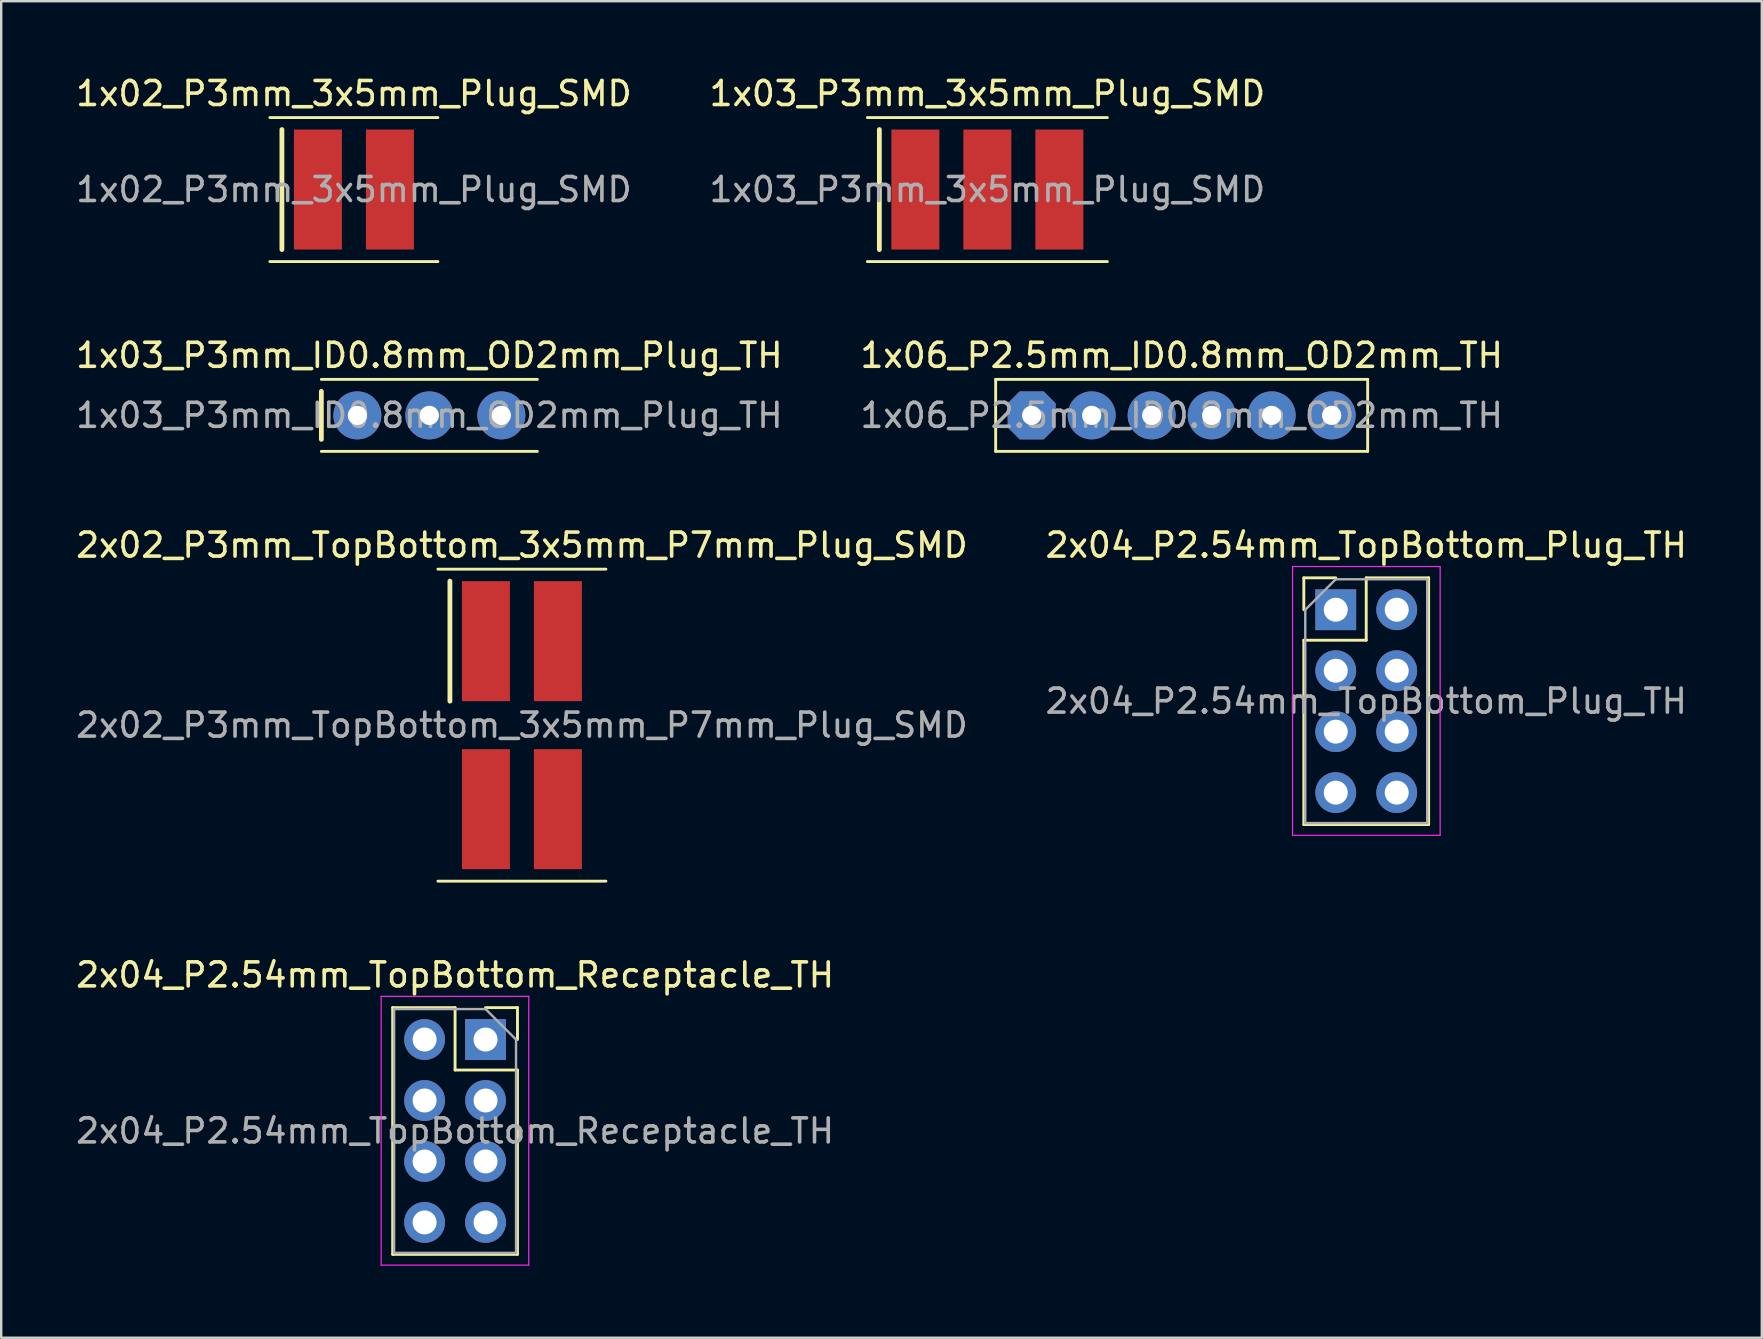
<source format=kicad_pcb>
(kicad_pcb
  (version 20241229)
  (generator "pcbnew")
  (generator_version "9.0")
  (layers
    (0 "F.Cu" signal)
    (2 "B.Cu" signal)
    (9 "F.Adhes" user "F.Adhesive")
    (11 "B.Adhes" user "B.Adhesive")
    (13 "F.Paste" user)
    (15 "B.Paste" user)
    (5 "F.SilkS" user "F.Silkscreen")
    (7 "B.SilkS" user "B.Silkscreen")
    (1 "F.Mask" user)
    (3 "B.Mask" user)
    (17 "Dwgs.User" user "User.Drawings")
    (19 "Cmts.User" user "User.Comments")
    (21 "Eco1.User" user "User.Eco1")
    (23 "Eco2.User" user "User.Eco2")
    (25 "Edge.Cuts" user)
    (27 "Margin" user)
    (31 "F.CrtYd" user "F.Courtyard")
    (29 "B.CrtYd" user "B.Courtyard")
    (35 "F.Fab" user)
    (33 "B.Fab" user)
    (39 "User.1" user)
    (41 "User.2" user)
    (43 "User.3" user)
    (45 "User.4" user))
  (footprint "1x06_P2.5mm_ID0.8mm_OD2mm_TH"
    (layer "F.Cu")
    (at 46.185 14.257)
    (property "Reference" "1x06_P2.5mm_ID0.8mm_OD2mm_TH" (at 0 -2.5 0) (layer "F.SilkS") (effects (font (size 1 1) (thickness 0.15))))
    (attr through_hole)
    (fp_line (start -7.75 1.5) (end -7.75 -1.5) (stroke (width 0.12) (type solid)) (layer "F.SilkS"))
    (fp_line (start 7.75 -1.5) (end -7.75 -1.5) (stroke (width 0.12) (type solid)) (layer "F.SilkS"))
    (fp_line (start 7.75 -1.5) (end 7.75 1.5) (stroke (width 0.12) (type solid)) (layer "F.SilkS"))
    (fp_line (start 7.75 1.5) (end -7.75 1.5) (stroke (width 0.12) (type solid)) (layer "F.SilkS"))
    (fp_text user "${REFERENCE}" (at 0 0 0) (layer "F.Fab") (effects (font (size 1 1) (thickness 0.15))))
    (pad "1" thru_hole roundrect (at -6.25 0 180) (size 2 2) (drill 0.8) (layers "*.Cu" "*.Mask") (roundrect_rratio 0) (chamfer_ratio 0.25) (chamfer top_left top_right bottom_left bottom_right))
    (pad "2" thru_hole circle (at -3.75 0 180) (size 2 2) (drill 0.8) (layers "*.Cu" "*.Mask"))
    (pad "3" thru_hole circle (at -1.25 0 180) (size 2 2) (drill 0.8) (layers "*.Cu" "*.Mask"))
    (pad "4" thru_hole circle (at 1.25 0 180) (size 2 2) (drill 0.8) (layers "*.Cu" "*.Mask"))
    (pad "5" thru_hole circle (at 3.75 0 180) (size 2 2) (drill 0.8) (layers "*.Cu" "*.Mask"))
    (pad "6" thru_hole circle (at 6.25 0 180) (size 2 2) (drill 0.8) (layers "*.Cu" "*.Mask")))
  (footprint "2x04_P2.54mm_TopBottom_Plug_TH"
    (layer "F.Cu")
    (at 53.875 26.165)
    (property "Reference" "2x04_P2.54mm_TopBottom_Plug_TH" (at 0 -6.5 0) (layer "F.SilkS") (effects (font (size 1 1) (thickness 0.15))))
    (attr through_hole exclude_from_pos_files exclude_from_bom)
    (fp_line (start -2.6 -5.14) (end -1.27 -5.14) (stroke (width 0.12) (type solid)) (layer "F.SilkS"))
    (fp_line (start -2.6 -3.81) (end -2.6 -5.14) (stroke (width 0.12) (type solid)) (layer "F.SilkS"))
    (fp_line (start -2.6 -2.54) (end -2.6 5.14) (stroke (width 0.12) (type solid)) (layer "F.SilkS"))
    (fp_line (start -2.6 -2.54) (end 0 -2.54) (stroke (width 0.12) (type solid)) (layer "F.SilkS"))
    (fp_line (start -2.6 5.14) (end 2.6 5.14) (stroke (width 0.12) (type solid)) (layer "F.SilkS"))
    (fp_line (start 0 -5.14) (end 2.6 -5.14) (stroke (width 0.12) (type solid)) (layer "F.SilkS"))
    (fp_line (start 0 -2.54) (end 0 -5.14) (stroke (width 0.12) (type solid)) (layer "F.SilkS"))
    (fp_line (start 2.6 -5.14) (end 2.6 5.14) (stroke (width 0.12) (type solid)) (layer "F.SilkS"))
    (fp_line (start -3.07 -5.61) (end -3.07 5.59) (stroke (width 0.05) (type solid)) (layer "F.CrtYd"))
    (fp_line (start -3.07 5.59) (end 3.08 5.59) (stroke (width 0.05) (type solid)) (layer "F.CrtYd"))
    (fp_line (start 3.08 -5.61) (end -3.07 -5.61) (stroke (width 0.05) (type solid)) (layer "F.CrtYd"))
    (fp_line (start 3.08 5.59) (end 3.08 -5.61) (stroke (width 0.05) (type solid)) (layer "F.CrtYd"))
    (fp_line (start -2.54 -3.81) (end -1.27 -5.08) (stroke (width 0.1) (type solid)) (layer "F.Fab"))
    (fp_line (start -2.54 5.08) (end -2.54 -3.81) (stroke (width 0.1) (type solid)) (layer "F.Fab"))
    (fp_line (start -1.27 -5.08) (end 2.54 -5.08) (stroke (width 0.1) (type solid)) (layer "F.Fab"))
    (fp_line (start 2.54 -5.08) (end 2.54 5.08) (stroke (width 0.1) (type solid)) (layer "F.Fab"))
    (fp_line (start 2.54 5.08) (end -2.54 5.08) (stroke (width 0.1) (type solid)) (layer "F.Fab"))
    (fp_text user "${REFERENCE}" (at 0 0 180) (layer "F.Fab") (effects (font (size 1 1) (thickness 0.15))))
    (pad "1" thru_hole rect (at -1.27 -3.81) (size 1.7 1.7) (drill 1) (layers "*.Cu" "*.Mask"))
    (pad "2" thru_hole oval (at -1.27 -1.27) (size 1.7 1.7) (drill 1) (layers "*.Cu" "*.Mask"))
    (pad "3" thru_hole oval (at -1.27 1.27) (size 1.7 1.7) (drill 1) (layers "*.Cu" "*.Mask"))
    (pad "4" thru_hole oval (at -1.27 3.81) (size 1.7 1.7) (drill 1) (layers "*.Cu" "*.Mask"))
    (pad "5" thru_hole oval (at 1.27 -3.81) (size 1.7 1.7) (drill 1) (layers "*.Cu" "*.Mask"))
    (pad "6" thru_hole oval (at 1.27 -1.27) (size 1.7 1.7) (drill 1) (layers "*.Cu" "*.Mask"))
    (pad "7" thru_hole oval (at 1.27 1.27) (size 1.7 1.7) (drill 1) (layers "*.Cu" "*.Mask"))
    (pad "8" thru_hole oval (at 1.27 3.81) (size 1.7 1.7) (drill 1) (layers "*.Cu" "*.Mask")))
  (footprint "1x02_P3mm_3x5mm_Plug_SMD"
    (layer "F.Cu")
    (at 11.696 4.848)
    (property "Reference" "1x02_P3mm_3x5mm_Plug_SMD" (at 0 -4 0) (layer "F.SilkS") (effects (font (size 1 1) (thickness 0.15))))
    (attr smd exclude_from_pos_files exclude_from_bom)
    (fp_line (start -3.5 -3) (end 3.5 -3) (stroke (width 0.12) (type solid)) (layer "F.SilkS"))
    (fp_line (start -3.5 3) (end 3.5 3) (stroke (width 0.12) (type solid)) (layer "F.SilkS"))
    (fp_line (start -3 -2.5) (end -3 2.5) (stroke (width 0.2) (type solid)) (layer "F.SilkS"))
    (fp_text user "${REFERENCE}" (at 0 0 180) (layer "F.Fab") (effects (font (size 1 1) (thickness 0.15))))
    (pad "1" smd rect (at -1.5 0) (size 2 5) (layers "F.Cu" "F.Mask" "F.Paste"))
    (pad "2" smd rect (at 1.5 0) (size 2 5) (layers "F.Cu" "F.Mask" "F.Paste")))
  (footprint "2x04_P2.54mm_TopBottom_Receptacle_TH"
    (layer "F.Cu")
    (at 15.911 44.073)
    (property "Reference" "2x04_P2.54mm_TopBottom_Receptacle_TH" (at 0 -6.5 0) (layer "F.SilkS") (effects (font (size 1 1) (thickness 0.15))))
    (attr through_hole)
    (fp_line (start -2.6 -5.14) (end -2.6 5.14) (stroke (width 0.12) (type solid)) (layer "F.SilkS"))
    (fp_line (start 0 -5.14) (end -2.6 -5.14) (stroke (width 0.12) (type solid)) (layer "F.SilkS"))
    (fp_line (start 0 -2.54) (end 0 -5.14) (stroke (width 0.12) (type solid)) (layer "F.SilkS"))
    (fp_line (start 2.6 -5.14) (end 1.27 -5.14) (stroke (width 0.12) (type solid)) (layer "F.SilkS"))
    (fp_line (start 2.6 -3.81) (end 2.6 -5.14) (stroke (width 0.12) (type solid)) (layer "F.SilkS"))
    (fp_line (start 2.6 -2.54) (end 0 -2.54) (stroke (width 0.12) (type solid)) (layer "F.SilkS"))
    (fp_line (start 2.6 -2.54) (end 2.6 5.14) (stroke (width 0.12) (type solid)) (layer "F.SilkS"))
    (fp_line (start 2.6 5.14) (end -2.6 5.14) (stroke (width 0.12) (type solid)) (layer "F.SilkS"))
    (fp_line (start -3.08 -5.61) (end 3.07 -5.61) (stroke (width 0.05) (type solid)) (layer "F.CrtYd"))
    (fp_line (start -3.08 5.59) (end -3.08 -5.61) (stroke (width 0.05) (type solid)) (layer "F.CrtYd"))
    (fp_line (start 3.07 -5.61) (end 3.07 5.59) (stroke (width 0.05) (type solid)) (layer "F.CrtYd"))
    (fp_line (start 3.07 5.59) (end -3.08 5.59) (stroke (width 0.05) (type solid)) (layer "F.CrtYd"))
    (fp_line (start -2.54 -5.08) (end -2.54 5.08) (stroke (width 0.1) (type solid)) (layer "F.Fab"))
    (fp_line (start -2.54 5.08) (end 2.54 5.08) (stroke (width 0.1) (type solid)) (layer "F.Fab"))
    (fp_line (start 1.27 -5.08) (end -2.54 -5.08) (stroke (width 0.1) (type solid)) (layer "F.Fab"))
    (fp_line (start 2.54 -3.81) (end 1.27 -5.08) (stroke (width 0.1) (type solid)) (layer "F.Fab"))
    (fp_line (start 2.54 5.08) (end 2.54 -3.81) (stroke (width 0.1) (type solid)) (layer "F.Fab"))
    (fp_text user "${REFERENCE}" (at 0 0 180) (layer "F.Fab") (effects (font (size 1 1) (thickness 0.15))))
    (pad "1" thru_hole rect (at 1.27 -3.81) (size 1.7 1.7) (drill 1) (layers "*.Cu" "*.Mask"))
    (pad "2" thru_hole oval (at 1.27 -1.27) (size 1.7 1.7) (drill 1) (layers "*.Cu" "*.Mask"))
    (pad "3" thru_hole oval (at 1.27 1.27) (size 1.7 1.7) (drill 1) (layers "*.Cu" "*.Mask"))
    (pad "4" thru_hole oval (at 1.27 3.81) (size 1.7 1.7) (drill 1) (layers "*.Cu" "*.Mask"))
    (pad "5" thru_hole oval (at -1.27 -3.81) (size 1.7 1.7) (drill 1) (layers "*.Cu" "*.Mask"))
    (pad "6" thru_hole oval (at -1.27 -1.27) (size 1.7 1.7) (drill 1) (layers "*.Cu" "*.Mask"))
    (pad "7" thru_hole oval (at -1.27 1.27) (size 1.7 1.7) (drill 1) (layers "*.Cu" "*.Mask"))
    (pad "8" thru_hole oval (at -1.27 3.81) (size 1.7 1.7) (drill 1) (layers "*.Cu" "*.Mask")))
  (footprint "1x03_P3mm_ID0.8mm_OD2mm_Plug_TH"
    (layer "F.Cu")
    (at 14.839 14.257)
    (property "Reference" "1x03_P3mm_ID0.8mm_OD2mm_Plug_TH" (at 0 -2.5 0) (layer "F.SilkS") (effects (font (size 1 1) (thickness 0.15))))
    (attr through_hole exclude_from_pos_files exclude_from_bom)
    (fp_line (start -4.5 -1.5) (end 4.5 -1.5) (stroke (width 0.12) (type solid)) (layer "F.SilkS"))
    (fp_line (start -4.5 -1) (end -4.5 1) (stroke (width 0.2) (type solid)) (layer "F.SilkS"))
    (fp_line (start -4.5 1.5) (end 4.5 1.5) (stroke (width 0.12) (type solid)) (layer "F.SilkS"))
    (fp_text user "${REFERENCE}" (at 0 0 180) (layer "F.Fab") (effects (font (size 1 1) (thickness 0.15))))
    (pad "1" thru_hole circle (at -3 0) (size 2 2) (drill 0.8) (layers "*.Cu" "*.Mask"))
    (pad "2" thru_hole circle (at 0 0) (size 2 2) (drill 0.8) (layers "*.Cu" "*.Mask"))
    (pad "3" thru_hole circle (at 3 0) (size 2 2) (drill 0.8) (layers "*.Cu" "*.Mask")))
  (footprint "2x02_P3mm_TopBottom_3x5mm_P7mm_Plug_SMD"
    (layer "F.Cu")
    (at 18.696 27.165)
    (property "Reference" "2x02_P3mm_TopBottom_3x5mm_P7mm_Plug_SMD" (at 0 -7.5 0) (layer "F.SilkS") (effects (font (size 1 1) (thickness 0.15))))
    (attr smd exclude_from_pos_files exclude_from_bom)
    (fp_line (start -3.5 -6.5) (end 3.5 -6.5) (stroke (width 0.12) (type solid)) (layer "F.SilkS"))
    (fp_line (start -3.5 6.5) (end 3.5 6.5) (stroke (width 0.12) (type solid)) (layer "F.SilkS"))
    (fp_line (start -3 -6) (end -3 -1) (stroke (width 0.2) (type solid)) (layer "F.SilkS"))
    (fp_text user "${REFERENCE}" (at 0 0 180) (layer "F.Fab") (effects (font (size 1 1) (thickness 0.15))))
    (pad "1" smd rect (at -1.5 -3.5) (size 2 5) (layers "F.Cu" "F.Mask" "F.Paste"))
    (pad "2" smd rect (at 1.5 -3.5) (size 2 5) (layers "F.Cu" "F.Mask" "F.Paste"))
    (pad "3" smd rect (at -1.5 3.5) (size 2 5) (layers "F.Cu" "F.Mask" "F.Paste"))
    (pad "4" smd rect (at 1.5 3.5) (size 2 5) (layers "F.Cu" "F.Mask" "F.Paste")))
  (footprint "1x03_P3mm_3x5mm_Plug_SMD"
    (layer "F.Cu")
    (at 38.089 4.848)
    (property "Reference" "1x03_P3mm_3x5mm_Plug_SMD" (at 0 -4 0) (layer "F.SilkS") (effects (font (size 1 1) (thickness 0.15))))
    (attr smd exclude_from_pos_files exclude_from_bom)
    (fp_line (start -5 -3) (end 5 -3) (stroke (width 0.12) (type solid)) (layer "F.SilkS"))
    (fp_line (start -5 3) (end 5 3) (stroke (width 0.12) (type solid)) (layer "F.SilkS"))
    (fp_line (start -4.5 -2.5) (end -4.5 2.5) (stroke (width 0.2) (type solid)) (layer "F.SilkS"))
    (fp_text user "${REFERENCE}" (at 0 0 180) (layer "F.Fab") (effects (font (size 1 1) (thickness 0.15))))
    (pad "1" smd rect (at -3 0) (size 2 5) (layers "F.Cu" "F.Mask" "F.Paste"))
    (pad "2" smd rect (at 0 0) (size 2 5) (layers "F.Cu" "F.Mask" "F.Paste"))
    (pad "3" smd rect (at 3 0) (size 2 5) (layers "F.Cu" "F.Mask" "F.Paste")))
  (gr_rect
    (start -3 -3)
    (end 70.357 52.688)
    (stroke (width 0.1) (type default))
    (fill no)
    (layer "Edge.Cuts")))
</source>
